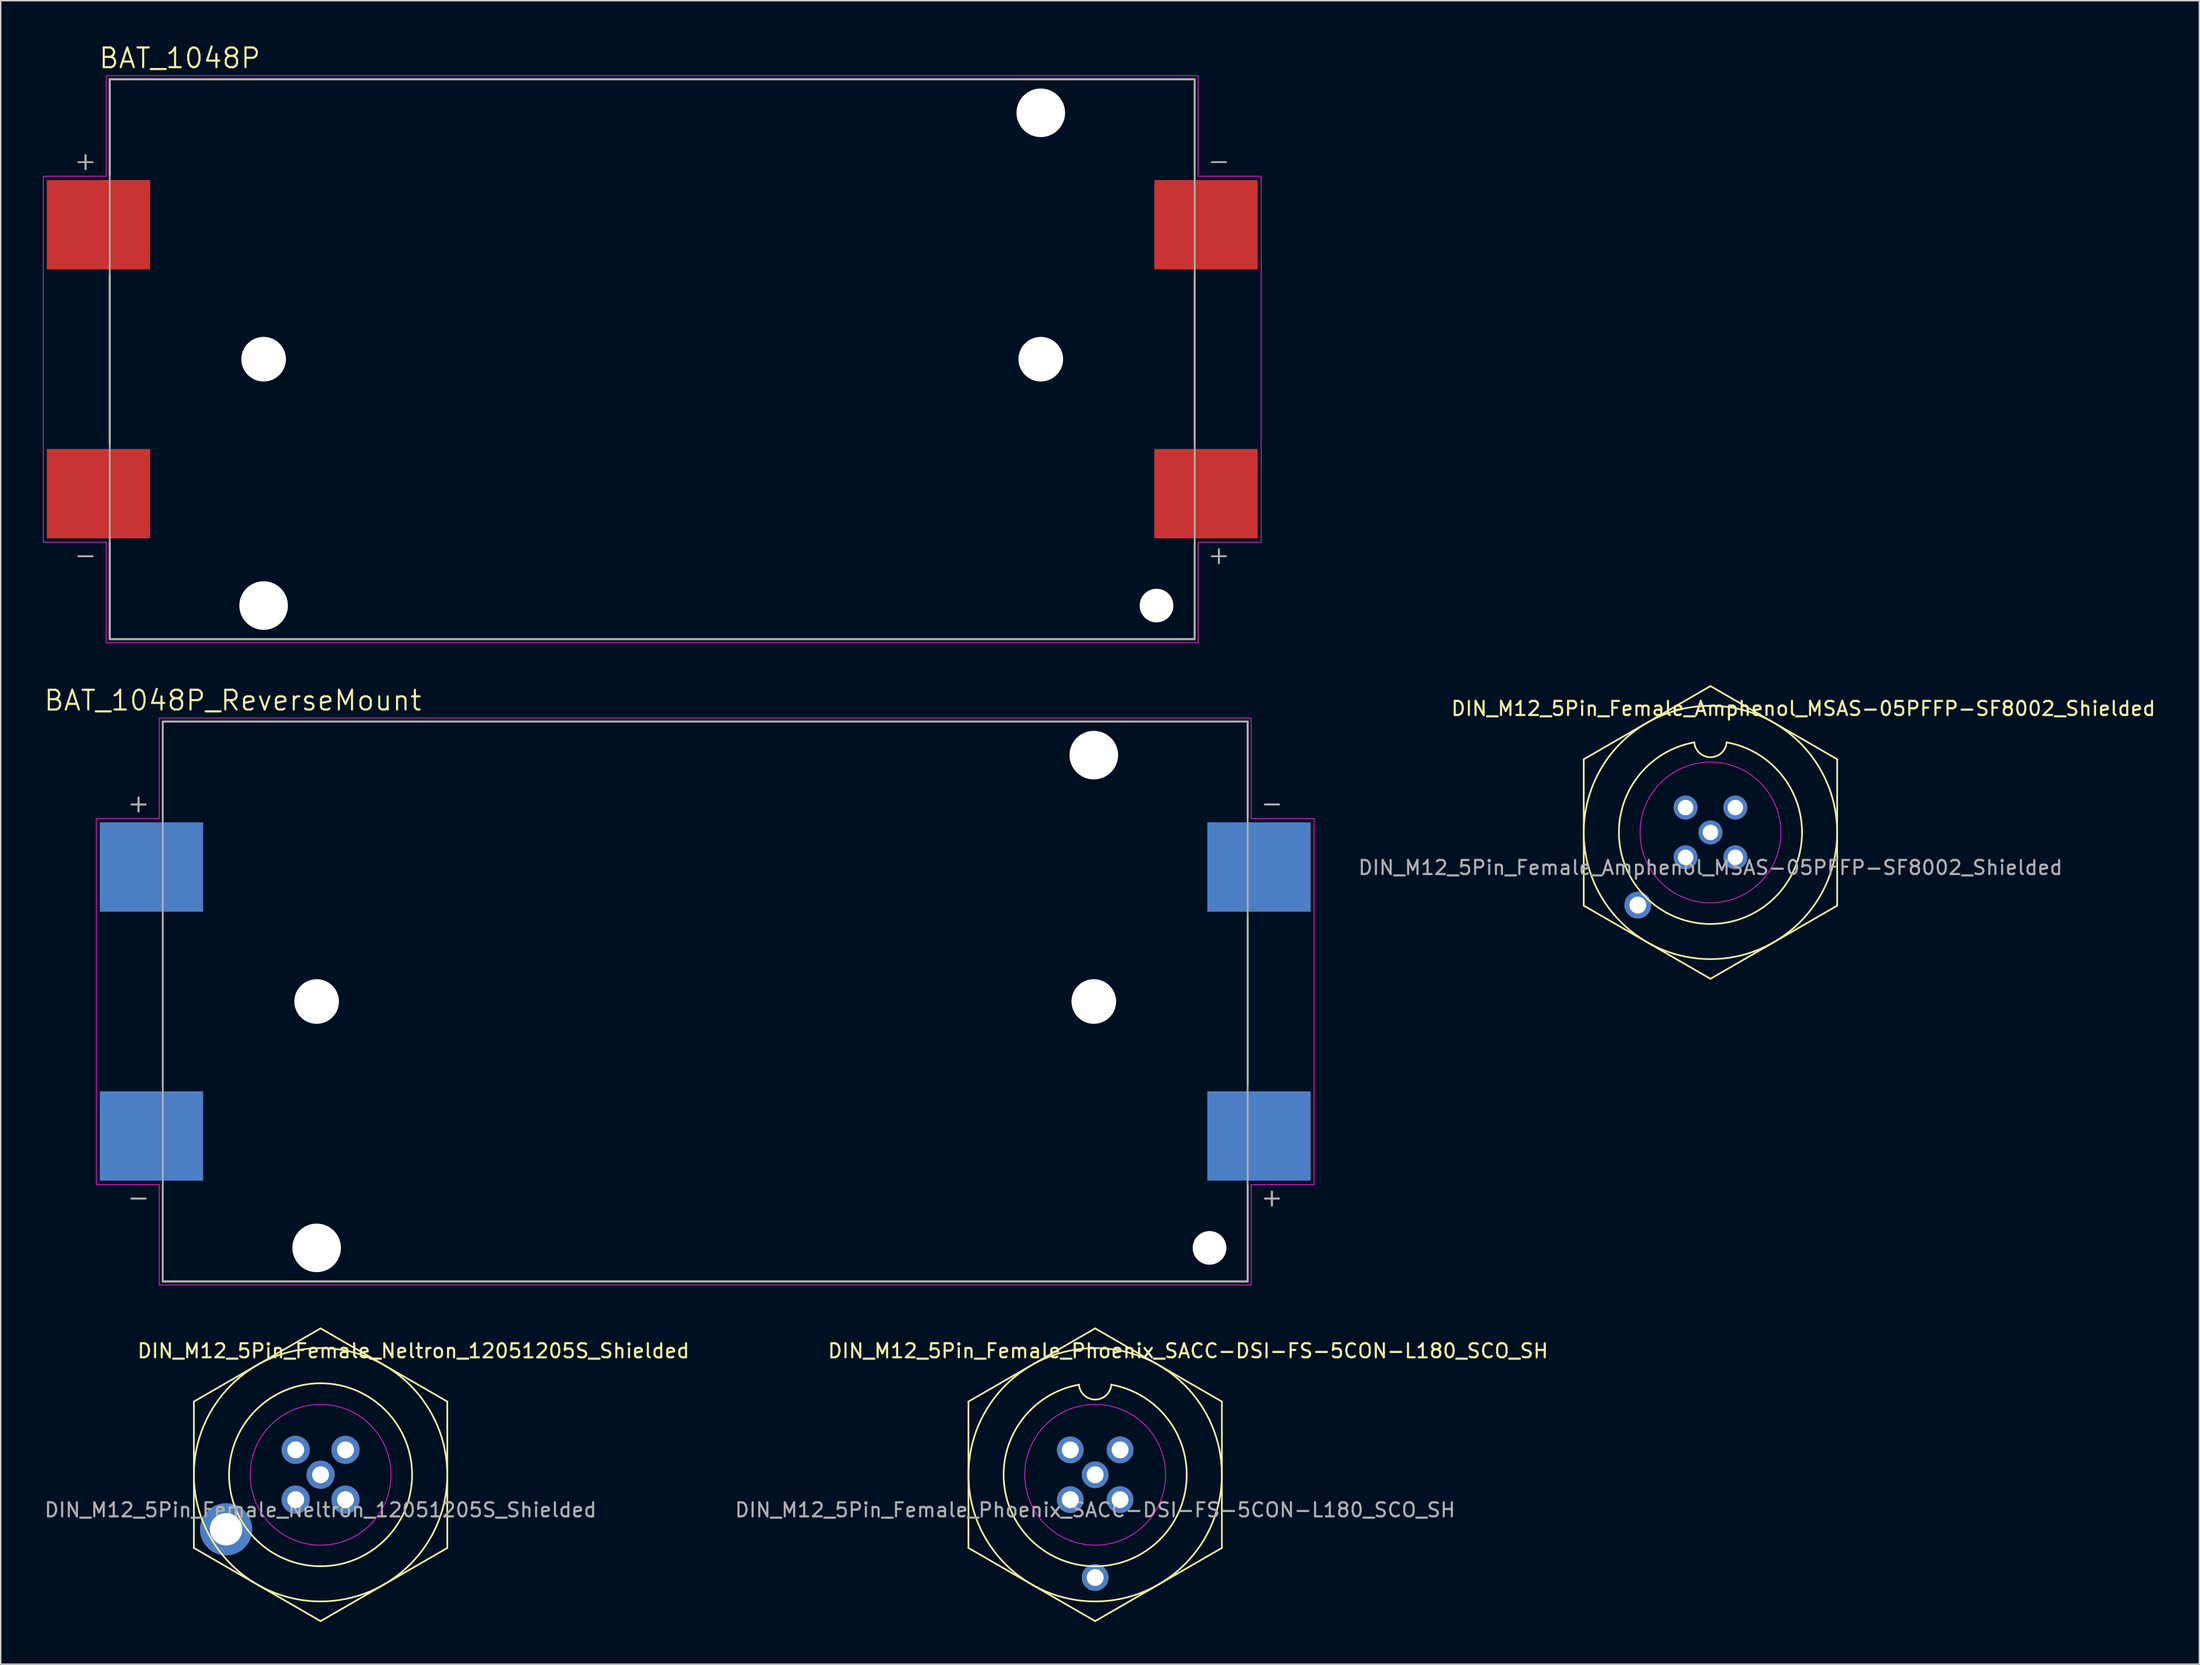
<source format=kicad_pcb>
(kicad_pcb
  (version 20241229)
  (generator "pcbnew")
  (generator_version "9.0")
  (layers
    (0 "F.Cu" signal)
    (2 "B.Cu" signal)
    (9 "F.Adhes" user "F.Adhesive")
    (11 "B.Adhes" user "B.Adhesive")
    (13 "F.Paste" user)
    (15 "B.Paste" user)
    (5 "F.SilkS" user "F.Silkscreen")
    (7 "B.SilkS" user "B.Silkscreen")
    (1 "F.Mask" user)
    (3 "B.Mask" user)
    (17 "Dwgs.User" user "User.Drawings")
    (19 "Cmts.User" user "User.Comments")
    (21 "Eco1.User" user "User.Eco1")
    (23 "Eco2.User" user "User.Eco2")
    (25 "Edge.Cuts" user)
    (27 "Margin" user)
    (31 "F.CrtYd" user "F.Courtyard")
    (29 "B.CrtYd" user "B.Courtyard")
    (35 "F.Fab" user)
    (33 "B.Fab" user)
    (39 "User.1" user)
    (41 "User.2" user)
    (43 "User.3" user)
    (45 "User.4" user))
  (footprint "BAT_1048P"
    (layer "F.Cu")
    (at 43.275 22.471)
    (property "Reference" "BAT_1048P" (at -33.555 -21.389 0) (layer "F.SilkS") (effects (font (size 1.4 1.4) (thickness 0.15))))
    (attr through_hole)
    (fp_line (start -40.75 -14) (end -39.75 -14) (stroke (width 0.127) (type solid)) (layer "F.SilkS"))
    (fp_line (start -40.75 14) (end -39.75 14) (stroke (width 0.127) (type solid)) (layer "F.SilkS"))
    (fp_line (start -40.25 -14.5) (end -40.25 -13.5) (stroke (width 0.127) (type solid)) (layer "F.SilkS"))
    (fp_line (start -38.53 -19.89) (end 38.53 -19.89) (stroke (width 0.127) (type solid)) (layer "F.SilkS"))
    (fp_line (start -38.53 -13.05) (end -38.53 -19.89) (stroke (width 0.127) (type solid)) (layer "F.SilkS"))
    (fp_line (start -38.53 -5.95) (end -38.53 5.95) (stroke (width 0.127) (type solid)) (layer "F.SilkS"))
    (fp_line (start -38.53 13.05) (end -38.53 19.89) (stroke (width 0.127) (type solid)) (layer "F.SilkS"))
    (fp_line (start -38.53 19.89) (end 38.53 19.89) (stroke (width 0.127) (type solid)) (layer "F.SilkS"))
    (fp_line (start 38.53 -19.89) (end 38.53 -13.05) (stroke (width 0.127) (type solid)) (layer "F.SilkS"))
    (fp_line (start 38.53 -5.95) (end 38.53 5.95) (stroke (width 0.127) (type solid)) (layer "F.SilkS"))
    (fp_line (start 38.53 19.89) (end 38.53 13.05) (stroke (width 0.127) (type solid)) (layer "F.SilkS"))
    (fp_line (start 40.25 14.5) (end 40.25 13.5) (stroke (width 0.127) (type solid)) (layer "F.SilkS"))
    (fp_line (start 40.75 -14) (end 39.75 -14) (stroke (width 0.127) (type solid)) (layer "F.SilkS"))
    (fp_line (start 40.75 14) (end 39.75 14) (stroke (width 0.127) (type solid)) (layer "F.SilkS"))
    (fp_line (start -43.25 -13) (end -38.78 -13) (stroke (width 0.05) (type solid)) (layer "F.CrtYd"))
    (fp_line (start -43.25 13) (end -43.25 -13) (stroke (width 0.05) (type solid)) (layer "F.CrtYd"))
    (fp_line (start -38.78 -20.14) (end 38.78 -20.14) (stroke (width 0.05) (type solid)) (layer "F.CrtYd"))
    (fp_line (start -38.78 -13) (end -38.78 -20.14) (stroke (width 0.05) (type solid)) (layer "F.CrtYd"))
    (fp_line (start -38.78 13) (end -43.25 13) (stroke (width 0.05) (type solid)) (layer "F.CrtYd"))
    (fp_line (start -38.78 20.14) (end -38.78 13) (stroke (width 0.05) (type solid)) (layer "F.CrtYd"))
    (fp_line (start 38.78 -20.14) (end 38.78 -13) (stroke (width 0.05) (type solid)) (layer "F.CrtYd"))
    (fp_line (start 38.78 -13) (end 43.25 -13) (stroke (width 0.05) (type solid)) (layer "F.CrtYd"))
    (fp_line (start 38.78 13) (end 38.78 20.14) (stroke (width 0.05) (type solid)) (layer "F.CrtYd"))
    (fp_line (start 38.78 20.14) (end -38.78 20.14) (stroke (width 0.05) (type solid)) (layer "F.CrtYd"))
    (fp_line (start 43.25 -13) (end 43.25 13) (stroke (width 0.05) (type solid)) (layer "F.CrtYd"))
    (fp_line (start 43.25 13) (end 38.78 13) (stroke (width 0.05) (type solid)) (layer "F.CrtYd"))
    (fp_line (start -40.75 -14) (end -39.75 -14) (stroke (width 0.127) (type solid)) (layer "F.Fab"))
    (fp_line (start -40.75 14) (end -39.75 14) (stroke (width 0.127) (type solid)) (layer "F.Fab"))
    (fp_line (start -40.25 -14.5) (end -40.25 -13.5) (stroke (width 0.127) (type solid)) (layer "F.Fab"))
    (fp_line (start -38.53 -19.89) (end 38.53 -19.89) (stroke (width 0.127) (type solid)) (layer "F.Fab"))
    (fp_line (start -38.53 19.89) (end -38.53 -19.89) (stroke (width 0.127) (type solid)) (layer "F.Fab"))
    (fp_line (start 38.53 -19.89) (end 38.53 19.89) (stroke (width 0.127) (type solid)) (layer "F.Fab"))
    (fp_line (start 38.53 19.89) (end -38.53 19.89) (stroke (width 0.127) (type solid)) (layer "F.Fab"))
    (fp_line (start 40.25 14.5) (end 40.25 13.5) (stroke (width 0.127) (type solid)) (layer "F.Fab"))
    (fp_line (start 40.75 -14) (end 39.75 -14) (stroke (width 0.127) (type solid)) (layer "F.Fab"))
    (fp_line (start 40.75 14) (end 39.75 14) (stroke (width 0.127) (type solid)) (layer "F.Fab"))
    (pad "" np_thru_hole circle (at -27.6 0) (size 3.17 3.17) (drill 3.17) (layers "*.Cu" "*.Mask"))
    (pad "" np_thru_hole circle (at -27.6 17.505) (size 3.45 3.45) (drill 3.45) (layers "*.Cu" "*.Mask"))
    (pad "" np_thru_hole circle (at 27.6 -17.505) (size 3.45 3.45) (drill 3.45) (layers "*.Cu" "*.Mask"))
    (pad "" np_thru_hole circle (at 27.6 0) (size 3.17 3.17) (drill 3.17) (layers "*.Cu" "*.Mask"))
    (pad "" np_thru_hole circle (at 35.82 17.505) (size 2.39 2.39) (drill 2.39) (layers "*.Cu" "*.Mask"))
    (pad "N1" smd rect (at 39.33 -9.555) (size 7.34 6.35) (layers "F.Cu" "F.Mask" "F.Paste"))
    (pad "N2" smd rect (at -39.33 9.555) (size 7.34 6.35) (layers "F.Cu" "F.Mask" "F.Paste"))
    (pad "P1" smd rect (at -39.33 -9.555) (size 7.34 6.35) (layers "F.Cu" "F.Mask" "F.Paste"))
    (pad "P2" smd rect (at 39.33 9.555) (size 7.34 6.35) (layers "F.Cu" "F.Mask" "F.Paste")))
  (footprint "BAT_1048P_ReverseMount"
    (layer "F.Cu")
    (at 47.04 68.108)
    (property "Reference" "BAT_1048P_ReverseMount" (at -33.555 -21.389 0) (layer "F.SilkS") (effects (font (size 1.4 1.4) (thickness 0.15))))
    (attr through_hole)
    (fp_line (start -40.75 -14) (end -39.75 -14) (stroke (width 0.127) (type solid)) (layer "F.SilkS"))
    (fp_line (start -40.75 14) (end -39.75 14) (stroke (width 0.127) (type solid)) (layer "F.SilkS"))
    (fp_line (start -40.25 -14.5) (end -40.25 -13.5) (stroke (width 0.127) (type solid)) (layer "F.SilkS"))
    (fp_line (start -38.53 -19.89) (end 38.53 -19.89) (stroke (width 0.127) (type solid)) (layer "F.SilkS"))
    (fp_line (start -38.53 -13.05) (end -38.53 -19.89) (stroke (width 0.127) (type solid)) (layer "F.SilkS"))
    (fp_line (start -38.53 -5.95) (end -38.53 5.95) (stroke (width 0.127) (type solid)) (layer "F.SilkS"))
    (fp_line (start -38.53 13.05) (end -38.53 19.89) (stroke (width 0.127) (type solid)) (layer "F.SilkS"))
    (fp_line (start -38.53 19.89) (end 38.53 19.89) (stroke (width 0.127) (type solid)) (layer "F.SilkS"))
    (fp_line (start 38.53 -19.89) (end 38.53 -13.05) (stroke (width 0.127) (type solid)) (layer "F.SilkS"))
    (fp_line (start 38.53 -5.95) (end 38.53 5.95) (stroke (width 0.127) (type solid)) (layer "F.SilkS"))
    (fp_line (start 38.53 19.89) (end 38.53 13.05) (stroke (width 0.127) (type solid)) (layer "F.SilkS"))
    (fp_line (start 40.25 14.5) (end 40.25 13.5) (stroke (width 0.127) (type solid)) (layer "F.SilkS"))
    (fp_line (start 40.75 -14) (end 39.75 -14) (stroke (width 0.127) (type solid)) (layer "F.SilkS"))
    (fp_line (start 40.75 14) (end 39.75 14) (stroke (width 0.127) (type solid)) (layer "F.SilkS"))
    (fp_line (start -43.25 -13) (end -38.78 -13) (stroke (width 0.05) (type solid)) (layer "F.CrtYd"))
    (fp_line (start -43.25 13) (end -43.25 -13) (stroke (width 0.05) (type solid)) (layer "F.CrtYd"))
    (fp_line (start -38.78 -20.14) (end 38.78 -20.14) (stroke (width 0.05) (type solid)) (layer "F.CrtYd"))
    (fp_line (start -38.78 -13) (end -38.78 -20.14) (stroke (width 0.05) (type solid)) (layer "F.CrtYd"))
    (fp_line (start -38.78 13) (end -43.25 13) (stroke (width 0.05) (type solid)) (layer "F.CrtYd"))
    (fp_line (start -38.78 20.14) (end -38.78 13) (stroke (width 0.05) (type solid)) (layer "F.CrtYd"))
    (fp_line (start 38.78 -20.14) (end 38.78 -13) (stroke (width 0.05) (type solid)) (layer "F.CrtYd"))
    (fp_line (start 38.78 -13) (end 43.25 -13) (stroke (width 0.05) (type solid)) (layer "F.CrtYd"))
    (fp_line (start 38.78 13) (end 38.78 20.14) (stroke (width 0.05) (type solid)) (layer "F.CrtYd"))
    (fp_line (start 38.78 20.14) (end -38.78 20.14) (stroke (width 0.05) (type solid)) (layer "F.CrtYd"))
    (fp_line (start 43.25 -13) (end 43.25 13) (stroke (width 0.05) (type solid)) (layer "F.CrtYd"))
    (fp_line (start 43.25 13) (end 38.78 13) (stroke (width 0.05) (type solid)) (layer "F.CrtYd"))
    (fp_line (start -40.75 -14) (end -39.75 -14) (stroke (width 0.127) (type solid)) (layer "F.Fab"))
    (fp_line (start -40.75 14) (end -39.75 14) (stroke (width 0.127) (type solid)) (layer "F.Fab"))
    (fp_line (start -40.25 -14.5) (end -40.25 -13.5) (stroke (width 0.127) (type solid)) (layer "F.Fab"))
    (fp_line (start -38.53 -19.89) (end 38.53 -19.89) (stroke (width 0.127) (type solid)) (layer "F.Fab"))
    (fp_line (start -38.53 19.89) (end -38.53 -19.89) (stroke (width 0.127) (type solid)) (layer "F.Fab"))
    (fp_line (start 38.53 -19.89) (end 38.53 19.89) (stroke (width 0.127) (type solid)) (layer "F.Fab"))
    (fp_line (start 38.53 19.89) (end -38.53 19.89) (stroke (width 0.127) (type solid)) (layer "F.Fab"))
    (fp_line (start 40.25 14.5) (end 40.25 13.5) (stroke (width 0.127) (type solid)) (layer "F.Fab"))
    (fp_line (start 40.75 -14) (end 39.75 -14) (stroke (width 0.127) (type solid)) (layer "F.Fab"))
    (fp_line (start 40.75 14) (end 39.75 14) (stroke (width 0.127) (type solid)) (layer "F.Fab"))
    (pad "" np_thru_hole circle (at -27.6 0) (size 3.17 3.17) (drill 3.17) (layers "*.Cu" "*.Mask"))
    (pad "" np_thru_hole circle (at -27.6 17.505) (size 3.45 3.45) (drill 3.45) (layers "*.Cu" "*.Mask"))
    (pad "" np_thru_hole circle (at 27.6 -17.505) (size 3.45 3.45) (drill 3.45) (layers "*.Cu" "*.Mask"))
    (pad "" np_thru_hole circle (at 27.6 0) (size 3.17 3.17) (drill 3.17) (layers "*.Cu" "*.Mask"))
    (pad "" np_thru_hole circle (at 35.82 17.505) (size 2.39 2.39) (drill 2.39) (layers "*.Cu" "*.Mask"))
    (pad "N1" smd rect (at -39.33 -9.555) (size 7.34 6.35) (layers "B.Cu" "B.Mask" "B.Paste"))
    (pad "N2" smd rect (at 39.33 9.555) (size 7.34 6.35) (layers "B.Cu" "B.Mask" "B.Paste"))
    (pad "P1" smd rect (at 39.33 -9.555) (size 7.34 6.35) (layers "B.Cu" "B.Mask" "B.Paste"))
    (pad "P2" smd rect (at -39.33 9.555) (size 7.34 6.35) (layers "B.Cu" "B.Mask" "B.Paste")))
  (footprint "DIN_M12_5Pin_Female_Amphenol_MSAS-05PFFP-SF8002_Shielded"
    (layer "F.Cu")
    (at 118.44 56.096)
    (property "Reference" "DIN_M12_5Pin_Female_Amphenol_MSAS-05PFFP-SF8002_Shielded" (at 6.6 -8.8 0) (unlocked yes) (layer "F.SilkS") (effects (font (size 1 1) (thickness 0.15))))
    (attr through_hole)
    (fp_line (start -9 -5.2) (end -9 5.2) (stroke (width 0.12) (type default)) (layer "F.SilkS"))
    (fp_line (start -9 5.2) (end 0 10.4) (stroke (width 0.12) (type default)) (layer "F.SilkS"))
    (fp_line (start 0 -10.4) (end -9 -5.2) (stroke (width 0.12) (type default)) (layer "F.SilkS"))
    (fp_line (start 0 10.4) (end 9 5.2) (stroke (width 0.12) (type default)) (layer "F.SilkS"))
    (fp_line (start 9 -5.2) (end 0 -10.4) (stroke (width 0.12) (type default)) (layer "F.SilkS"))
    (fp_line (start 9 0) (end 9 -5.2) (stroke (width 0.12) (type default)) (layer "F.SilkS"))
    (fp_line (start 9 5.2) (end 9 0) (stroke (width 0.12) (type default)) (layer "F.SilkS"))
    (fp_arc (start 1.149621 -6.400068) (mid 0.000192 6.502499) (end -1.149999 -6.4) (stroke (width 0.12) (type default)) (layer "F.SilkS"))
    (fp_arc (start 1.150352 -6.404137) (mid 0.002076 -5.345662) (end -1.149999 -6.4) (stroke (width 0.12) (type default)) (layer "F.SilkS"))
    (fp_circle (center 0 0) (end 9 0) (stroke (width 0.12) (type default)) (fill no) (layer "F.SilkS"))
    (fp_circle (center 0 0) (end 5 0) (stroke (width 0.05) (type default)) (fill no) (layer "F.CrtYd"))
    (fp_text user "${REFERENCE}" (at 0 2.5 0) (unlocked yes) (layer "F.Fab") (effects (font (size 1 1) (thickness 0.15))))
    (pad "1" thru_hole circle (at -1.768 -1.768) (size 1.7 1.7) (drill 1.1) (layers "*.Cu" "*.Mask"))
    (pad "2" thru_hole circle (at 1.768 -1.768) (size 1.7 1.7) (drill 1.1) (layers "*.Cu" "*.Mask"))
    (pad "3" thru_hole circle (at 1.768 1.768) (size 1.7 1.7) (drill 1.1) (layers "*.Cu" "*.Mask"))
    (pad "4" thru_hole circle (at -1.768 1.768) (size 1.7 1.7) (drill 1.1) (layers "*.Cu" "*.Mask"))
    (pad "5" thru_hole circle (at 0 0) (size 1.7 1.7) (drill 1.1) (layers "*.Cu" "*.Mask"))
    (pad "SH" thru_hole circle (at -5.162 5.162) (size 1.9 1.9) (drill 1.2) (layers "*.Cu" "*.Mask")))
  (footprint "DIN_M12_5Pin_Female_Phoenix_SACC-DSI-FS-5CON-L180_SCO_SH"
    (layer "F.Cu")
    (at 74.737 101.733)
    (property "Reference" "DIN_M12_5Pin_Female_Phoenix_SACC-DSI-FS-5CON-L180_SCO_SH" (at 6.6 -8.8 0) (unlocked yes) (layer "F.SilkS") (effects (font (size 1 1) (thickness 0.15))))
    (attr through_hole)
    (fp_line (start -9 -5.2) (end -9 5.2) (stroke (width 0.12) (type default)) (layer "F.SilkS"))
    (fp_line (start -9 5.2) (end 0 10.4) (stroke (width 0.12) (type default)) (layer "F.SilkS"))
    (fp_line (start 0 -10.4) (end -9 -5.2) (stroke (width 0.12) (type default)) (layer "F.SilkS"))
    (fp_line (start 0 10.4) (end 9 5.2) (stroke (width 0.12) (type default)) (layer "F.SilkS"))
    (fp_line (start 9 -5.2) (end 0 -10.4) (stroke (width 0.12) (type default)) (layer "F.SilkS"))
    (fp_line (start 9 0) (end 9 -5.2) (stroke (width 0.12) (type default)) (layer "F.SilkS"))
    (fp_line (start 9 5.2) (end 9 0) (stroke (width 0.12) (type default)) (layer "F.SilkS"))
    (fp_arc (start 1.149621 -6.400068) (mid 0.000192 6.502499) (end -1.149999 -6.4) (stroke (width 0.12) (type default)) (layer "F.SilkS"))
    (fp_arc (start 1.150352 -6.404137) (mid 0.002076 -5.345662) (end -1.149999 -6.4) (stroke (width 0.12) (type default)) (layer "F.SilkS"))
    (fp_circle (center 0 0) (end 9 0) (stroke (width 0.12) (type default)) (fill no) (layer "F.SilkS"))
    (fp_circle (center 0 0) (end 5 0) (stroke (width 0.05) (type default)) (fill no) (layer "F.CrtYd"))
    (fp_text user "${REFERENCE}" (at 0 2.5 0) (unlocked yes) (layer "F.Fab") (effects (font (size 1 1) (thickness 0.15))))
    (pad "1" thru_hole circle (at -1.768 -1.768) (size 1.9 1.9) (drill 1.2) (layers "*.Cu" "*.Mask"))
    (pad "2" thru_hole circle (at 1.768 -1.768) (size 1.9 1.9) (drill 1.2) (layers "*.Cu" "*.Mask"))
    (pad "3" thru_hole circle (at 1.768 1.768) (size 1.9 1.9) (drill 1.2) (layers "*.Cu" "*.Mask"))
    (pad "4" thru_hole circle (at -1.768 1.768) (size 1.9 1.9) (drill 1.2) (layers "*.Cu" "*.Mask"))
    (pad "5" thru_hole circle (at 0 0) (size 1.9 1.9) (drill 1.2) (layers "*.Cu" "*.Mask"))
    (pad "SH" thru_hole circle (at 0 7.3) (size 1.9 1.9) (drill 1.2) (layers "*.Cu" "*.Mask")))
  (footprint "DIN_M12_5Pin_Female_Neltron_12051205S_Shielded"
    (layer "F.Cu")
    (at 19.72 101.733)
    (property "Reference" "DIN_M12_5Pin_Female_Neltron_12051205S_Shielded" (at 6.6 -8.8 0) (unlocked yes) (layer "F.SilkS") (effects (font (size 1 1) (thickness 0.15))))
    (attr through_hole)
    (fp_line (start -9 -5.2) (end -9 5.2) (stroke (width 0.12) (type default)) (layer "F.SilkS"))
    (fp_line (start -9 5.2) (end 0 10.4) (stroke (width 0.12) (type default)) (layer "F.SilkS"))
    (fp_line (start 0 -10.4) (end -9 -5.2) (stroke (width 0.12) (type default)) (layer "F.SilkS"))
    (fp_line (start 0 10.4) (end 9 5.2) (stroke (width 0.12) (type default)) (layer "F.SilkS"))
    (fp_line (start 9 -5.2) (end 0 -10.4) (stroke (width 0.12) (type default)) (layer "F.SilkS"))
    (fp_line (start 9 0) (end 9 -5.2) (stroke (width 0.12) (type default)) (layer "F.SilkS"))
    (fp_line (start 9 5.2) (end 9 0) (stroke (width 0.12) (type default)) (layer "F.SilkS"))
    (fp_circle (center 0 0) (end 6.5 0) (stroke (width 0.12) (type default)) (fill no) (layer "F.SilkS"))
    (fp_circle (center 0 0) (end 9 0) (stroke (width 0.12) (type default)) (fill no) (layer "F.SilkS"))
    (fp_circle (center 0 0) (end 5 0) (stroke (width 0.05) (type default)) (fill no) (layer "F.CrtYd"))
    (fp_text user "${REFERENCE}" (at 0 2.5 0) (unlocked yes) (layer "F.Fab") (effects (font (size 1 1) (thickness 0.15))))
    (pad "1" thru_hole circle (at -1.768 -1.768) (size 2 2) (drill 1.2) (layers "*.Cu" "*.Mask"))
    (pad "2" thru_hole circle (at 1.768 -1.768) (size 2 2) (drill 1.2) (layers "*.Cu" "*.Mask"))
    (pad "3" thru_hole circle (at 1.768 1.768) (size 2 2) (drill 1.2) (layers "*.Cu" "*.Mask"))
    (pad "4" thru_hole circle (at -1.768 1.768) (size 2 2) (drill 1.2) (layers "*.Cu" "*.Mask"))
    (pad "5" thru_hole circle (at 0 0) (size 2 2) (drill 1.2) (layers "*.Cu" "*.Mask"))
    (pad "SH" thru_hole circle (at -6.712 3.875) (size 3.7 3.7) (drill 2.3) (layers "*.Cu" "*.Mask")))
  (gr_rect
    (start -3 -3)
    (end 153.165 115.192)
    (stroke (width 0.1) (type default))
    (fill no)
    (layer "Edge.Cuts")))
</source>
